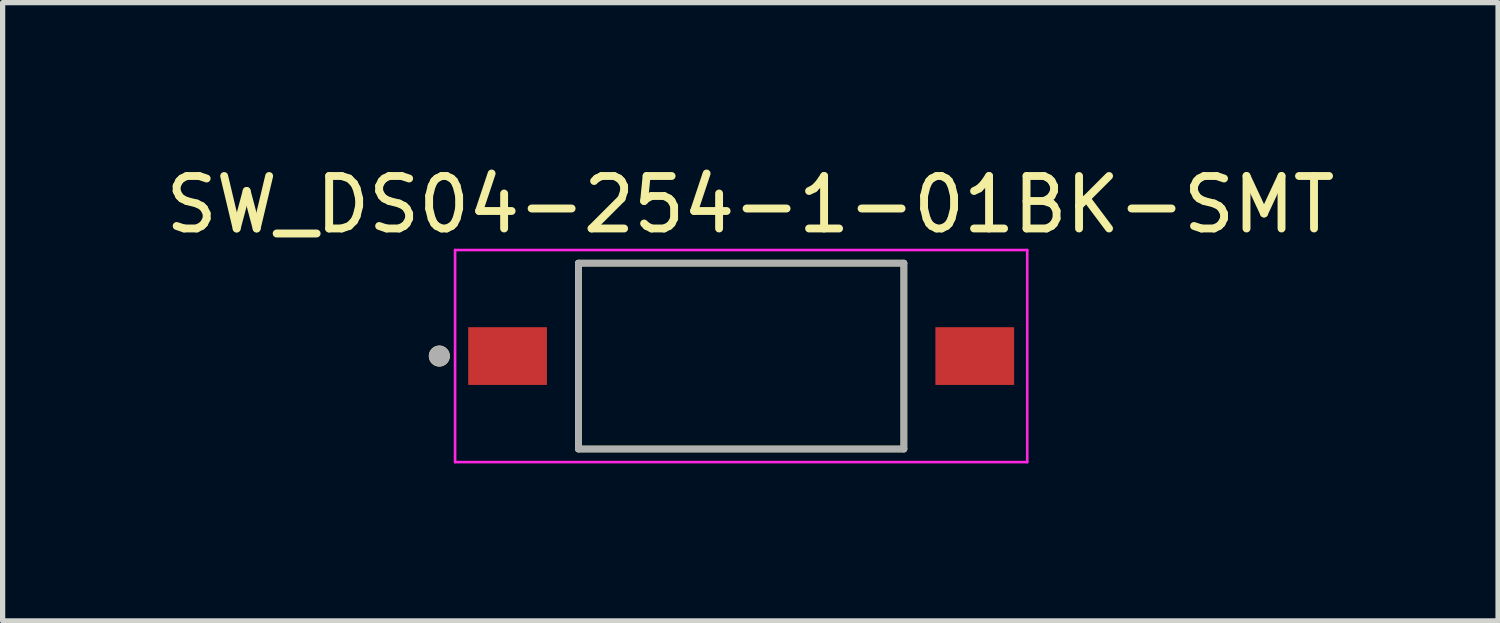
<source format=kicad_pcb>
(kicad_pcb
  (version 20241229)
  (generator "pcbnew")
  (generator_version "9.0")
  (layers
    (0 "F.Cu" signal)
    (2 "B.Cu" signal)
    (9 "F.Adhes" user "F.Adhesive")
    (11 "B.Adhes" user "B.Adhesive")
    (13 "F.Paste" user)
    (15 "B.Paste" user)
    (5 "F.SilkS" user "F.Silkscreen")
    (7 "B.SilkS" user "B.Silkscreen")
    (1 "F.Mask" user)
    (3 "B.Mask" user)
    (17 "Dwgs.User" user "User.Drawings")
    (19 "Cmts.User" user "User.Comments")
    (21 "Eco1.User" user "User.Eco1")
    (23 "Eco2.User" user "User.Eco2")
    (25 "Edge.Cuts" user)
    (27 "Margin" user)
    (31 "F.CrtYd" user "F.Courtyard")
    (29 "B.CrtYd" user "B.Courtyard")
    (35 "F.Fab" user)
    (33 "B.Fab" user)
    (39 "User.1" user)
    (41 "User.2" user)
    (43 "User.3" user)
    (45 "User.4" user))
  (footprint "SW_DS04-254-1-01BK-SMT"
    (layer "F.Cu")
    (at 11.069 3.733)
    (property "Reference" "SW_DS04-254-1-01BK-SMT" (at 0.175 -2.885 0) (layer "F.SilkS") (effects (font (size 1 1) (thickness 0.15))))
    (attr through_hole)
    (fp_line (start -3.1 -1.77) (end 3.1 -1.77) (stroke (width 0.127) (type solid)) (layer "F.SilkS"))
    (fp_line (start -3.1 1.77) (end -3.1 -1.77) (stroke (width 0.127) (type solid)) (layer "F.SilkS"))
    (fp_line (start 3.1 -1.77) (end 3.1 1.77) (stroke (width 0.127) (type solid)) (layer "F.SilkS"))
    (fp_line (start 3.1 1.77) (end -3.1 1.77) (stroke (width 0.127) (type solid)) (layer "F.SilkS"))
    (fp_circle (center -5.75 0) (end -5.65 0) (stroke (width 0.2) (type solid)) (fill no) (layer "F.SilkS"))
    (fp_line (start -5.45 -2.02) (end -5.45 2.02) (stroke (width 0.05) (type solid)) (layer "F.CrtYd"))
    (fp_line (start -5.45 2.02) (end 5.45 2.02) (stroke (width 0.05) (type solid)) (layer "F.CrtYd"))
    (fp_line (start 5.45 -2.02) (end -5.45 -2.02) (stroke (width 0.05) (type solid)) (layer "F.CrtYd"))
    (fp_line (start 5.45 2.02) (end 5.45 -2.02) (stroke (width 0.05) (type solid)) (layer "F.CrtYd"))
    (fp_line (start -3.1 -1.77) (end 3.1 -1.77) (stroke (width 0.127) (type solid)) (layer "F.Fab"))
    (fp_line (start -3.1 1.77) (end -3.1 -1.77) (stroke (width 0.127) (type solid)) (layer "F.Fab"))
    (fp_line (start 3.1 -1.77) (end 3.1 1.77) (stroke (width 0.127) (type solid)) (layer "F.Fab"))
    (fp_line (start 3.1 1.77) (end -3.1 1.77) (stroke (width 0.127) (type solid)) (layer "F.Fab"))
    (fp_circle (center -5.75 0) (end -5.65 0) (stroke (width 0.2) (type solid)) (fill no) (layer "F.Fab"))
    (pad "1" smd rect (at -4.45 0) (size 1.5 1.1) (layers "F.Cu" "F.Mask" "F.Paste"))
    (pad "2" smd rect (at 4.45 0 180) (size 1.5 1.1) (layers "F.Cu" "F.Mask" "F.Paste")))
  (gr_rect
    (start -3 -3)
    (end 25.488 8.778)
    (stroke (width 0.1) (type default))
    (fill no)
    (layer "Edge.Cuts")))
</source>
